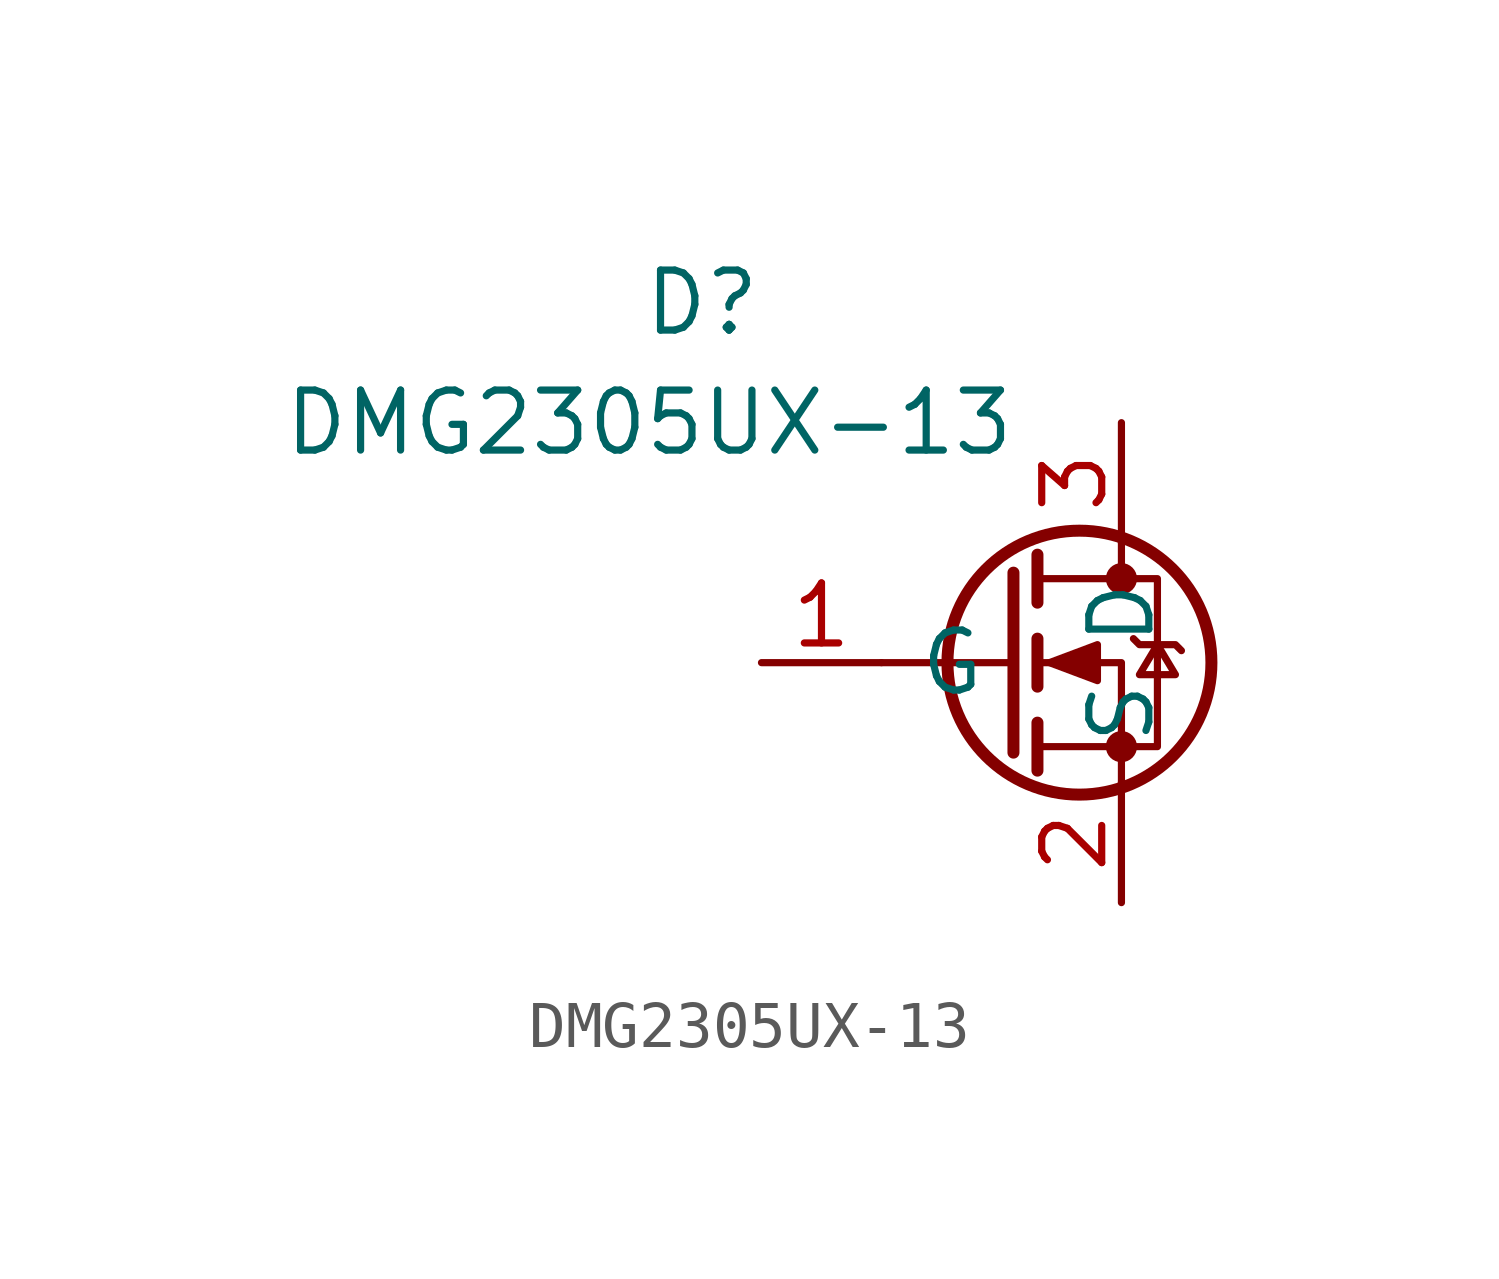
<source format=kicad_sym>
(kicad_symbol_lib
  (version 20211014)
  (generator kicad_symbol_editor)
  (symbol "DMG2305UX-13"
    (pin_names
      (offset 0.762))
    (property "Reference" "D"
      (at -2.54 7.62 0)
      (effects (font (size 1.27 1.27)) (justify left)))
    (property "Value" "DMG2305UX-13"
      (at -10.16 5.08 0)
      (effects (font (size 1.27 1.27)) (justify left)))
    (symbol "DMG2305UX-13_0_1"
      (polyline (pts (xy 5.334 0) (xy 2.54 0)) (stroke (width 0) (type default) (color 0 0 0 0)) (fill (type none)))
      (polyline (pts (xy 5.334 1.905) (xy 5.334 -1.905)) (stroke (width 0.254) (type default) (color 0 0 0 0)) (fill (type none)))
      (polyline (pts (xy 5.842 -1.27) (xy 5.842 -2.286)) (stroke (width 0.254) (type default) (color 0 0 0 0)) (fill (type none)))
      (polyline (pts (xy 5.842 0.508) (xy 5.842 -0.508)) (stroke (width 0.254) (type default) (color 0 0 0 0)) (fill (type none)))
      (polyline (pts (xy 5.842 2.286) (xy 5.842 1.27)) (stroke (width 0.254) (type default) (color 0 0 0 0)) (fill (type none)))
      (polyline (pts (xy 7.62 2.54) (xy 7.62 1.778)) (stroke (width 0) (type default) (color 0 0 0 0)) (fill (type none)))
      (polyline (pts (xy 7.62 -2.54) (xy 7.62 0) (xy 5.842 0)) (stroke (width 0) (type default) (color 0 0 0 0)) (fill (type none)))
      (polyline (pts (xy 5.842 -1.778) (xy 8.382 -1.778) (xy 8.382 1.778) (xy 5.842 1.778)) (stroke (width 0) (type default) (color 0 0 0 0)) (fill (type none)))
      (polyline (pts (xy 6.096 0) (xy 7.112 0.381) (xy 7.112 -0.381) (xy 6.096 0)) (stroke (width 0) (type default) (color 0 0 0 0)) (fill (type outline)))
      (polyline (pts (xy 7.874 0.508) (xy 8.001 0.381) (xy 8.763 0.381) (xy 8.89 0.254)) (stroke (width 0) (type default) (color 0 0 0 0)) (fill (type none)))
      (polyline (pts (xy 8.382 0.381) (xy 8.001 -0.254) (xy 8.763 -0.254) (xy 8.382 0.381)) (stroke (width 0) (type default) (color 0 0 0 0)) (fill (type none)))
      (circle (center 6.731 0) (radius 2.794) (stroke (width 0.254) (type default) (color 0 0 0 0)) (fill (type none)))
      (circle (center 7.62 -1.778) (radius 0.254) (stroke (width 0) (type default) (color 0 0 0 0)) (fill (type outline)))
      (circle (center 7.62 1.778) (radius 0.254) (stroke (width 0) (type default) (color 0 0 0 0)) (fill (type outline))))
    (symbol "DMG2305UX-13_1_1"
      (pin input line (at 0 0 0) (length 2.54) (name "G" (effects (font (size 1.27 1.27)))) (number "1" (effects (font (size 1.27 1.27)))))
      (pin passive line (at 7.62 -5.08 90) (length 2.54) (name "S" (effects (font (size 1.27 1.27)))) (number "2" (effects (font (size 1.27 1.27)))))
      (pin passive line (at 7.62 5.08 270) (length 2.54) (name "D" (effects (font (size 1.27 1.27)))) (number "3" (effects (font (size 1.27 1.27))))))))
</source>
